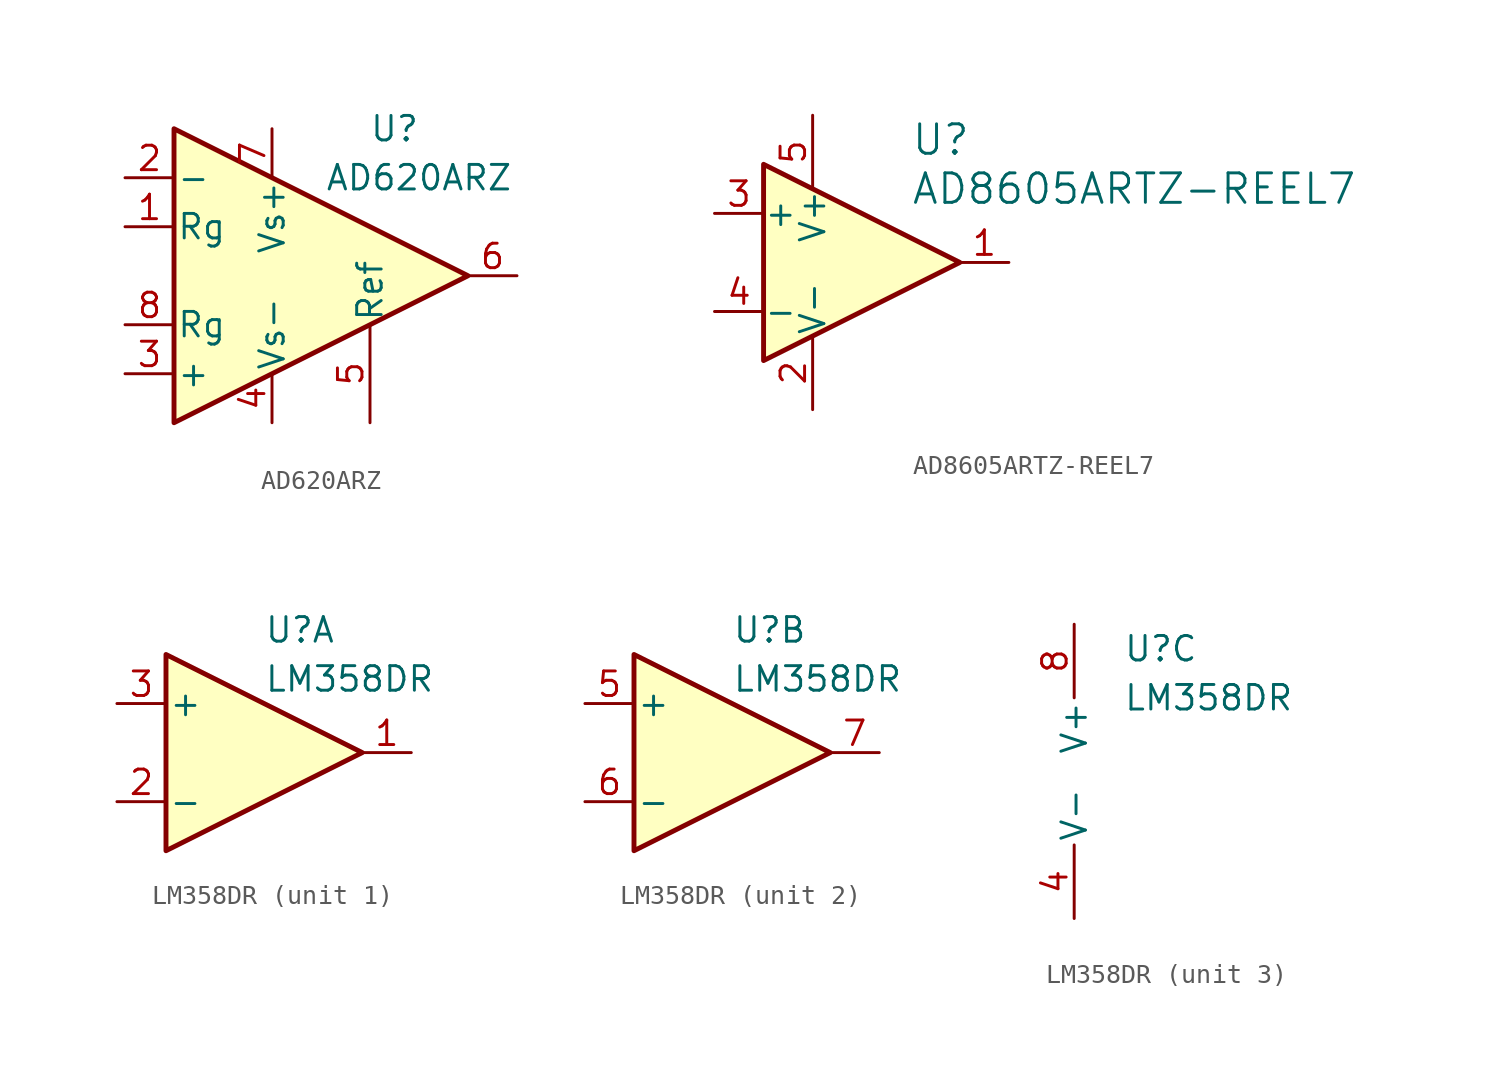
<source format=kicad_sym>
(kicad_symbol_lib
  (version 20220914)
  (generator kicad_symbol_editor)
  (symbol "AD620ARZ"
    (pin_names
      (offset 0.127))
    (property "Reference" "U"
      (at 3.81 7.62 0)
      (effects (font (size 1.27 1.27))))
    (property "Value" "AD620ARZ"
      (at 5.08 5.08 0)
      (effects (font (size 1.27 1.27))))
    (symbol "AD620ARZ_0_1"
      (polyline (pts (xy -7.62 7.62) (xy -7.62 -7.62) (xy 7.62 0) (xy -7.62 7.62)) (stroke (width 0.254) (type default)) (fill (type background))))
    (symbol "AD620ARZ_1_1"
      (pin passive line (at -10.16 2.54 0) (length 2.54) (name "Rg" (effects (font (size 1.27 1.27)))) (number "1" (effects (font (size 1.27 1.27)))))
      (pin input line (at -10.16 5.08 0) (length 2.54) (name "-" (effects (font (size 1.27 1.27)))) (number "2" (effects (font (size 1.27 1.27)))))
      (pin input line (at -10.16 -5.08 0) (length 2.54) (name "+" (effects (font (size 1.27 1.27)))) (number "3" (effects (font (size 1.27 1.27)))))
      (pin power_in line (at -2.54 -7.62 90) (length 2.54) (name "Vs-" (effects (font (size 1.27 1.27)))) (number "4" (effects (font (size 1.27 1.27)))))
      (pin passive line (at 2.54 -7.62 90) (length 5.08) (name "Ref" (effects (font (size 1.27 1.27)))) (number "5" (effects (font (size 1.27 1.27)))))
      (pin output line (at 10.16 0 180) (length 2.54) (name "~" (effects (font (size 1.27 1.27)))) (number "6" (effects (font (size 1.27 1.27)))))
      (pin power_in line (at -2.54 7.62 270) (length 2.54) (name "Vs+" (effects (font (size 1.27 1.27)))) (number "7" (effects (font (size 1.27 1.27)))))
      (pin passive line (at -10.16 -2.54 0) (length 2.54) (name "Rg" (effects (font (size 1.27 1.27)))) (number "8" (effects (font (size 1.27 1.27)))))))
  (symbol "AD8605ARTZ-REEL7"
    (pin_names
      (offset 0.002))
    (property "Reference" "U"
      (at 2.54 6.35 0)
      (do_not_autoplace)
      (effects (font (size 1.524 1.524)) (justify left)))
    (property "Value" "AD8605ARTZ-REEL7"
      (at 2.54 3.81 0)
      (do_not_autoplace)
      (effects (font (size 1.524 1.524)) (justify left)))
    (symbol "AD8605ARTZ-REEL7_0_1"
      (polyline (pts (xy -5.08 5.08) (xy 5.08 0) (xy -5.08 -5.08) (xy -5.08 5.08)) (stroke (width 0.254) (type default)) (fill (type background)))
      (pin power_in line (at -2.54 -7.62 90) (length 3.81) (name "V-" (effects (font (size 1.27 1.27)))) (number "2" (effects (font (size 1.27 1.27)))))
      (pin power_in line (at -2.54 7.62 270) (length 3.81) (name "V+" (effects (font (size 1.27 1.27)))) (number "5" (effects (font (size 1.27 1.27))))))
    (symbol "AD8605ARTZ-REEL7_1_1"
      (pin output line (at 7.62 0 180) (length 2.54) (name "~" (effects (font (size 1.27 1.27)))) (number "1" (effects (font (size 1.27 1.27)))))
      (pin input line (at -7.62 2.54 0) (length 2.54) (name "+" (effects (font (size 1.27 1.27)))) (number "3" (effects (font (size 1.27 1.27)))))
      (pin input line (at -7.62 -2.54 0) (length 2.54) (name "-" (effects (font (size 1.27 1.27)))) (number "4" (effects (font (size 1.27 1.27)))))))
  (symbol "LM358DR"
    (pin_names
      (offset 0.127))
    (property "Reference" "U"
      (at 0 6.35 0)
      (effects (font (size 1.27 1.27)) (justify left)))
    (property "Value" "LM358DR"
      (at 0 3.81 0)
      (effects (font (size 1.27 1.27)) (justify left)))
    (property "ki_locked" ""
      (at 0 0 0)
      (effects (font (size 1.27 1.27))))
    (symbol "LM358DR_1_1"
      (polyline (pts (xy -5.08 5.08) (xy 5.08 0) (xy -5.08 -5.08) (xy -5.08 5.08)) (stroke (width 0.254) (type default)) (fill (type background)))
      (pin output line (at 7.62 0 180) (length 2.54) (name "~" (effects (font (size 1.27 1.27)))) (number "1" (effects (font (size 1.27 1.27)))))
      (pin input line (at -7.62 -2.54 0) (length 2.54) (name "-" (effects (font (size 1.27 1.27)))) (number "2" (effects (font (size 1.27 1.27)))))
      (pin input line (at -7.62 2.54 0) (length 2.54) (name "+" (effects (font (size 1.27 1.27)))) (number "3" (effects (font (size 1.27 1.27))))))
    (symbol "LM358DR_2_1"
      (polyline (pts (xy -5.08 5.08) (xy 5.08 0) (xy -5.08 -5.08) (xy -5.08 5.08)) (stroke (width 0.254) (type default)) (fill (type background)))
      (pin input line (at -7.62 2.54 0) (length 2.54) (name "+" (effects (font (size 1.27 1.27)))) (number "5" (effects (font (size 1.27 1.27)))))
      (pin input line (at -7.62 -2.54 0) (length 2.54) (name "-" (effects (font (size 1.27 1.27)))) (number "6" (effects (font (size 1.27 1.27)))))
      (pin output line (at 7.62 0 180) (length 2.54) (name "~" (effects (font (size 1.27 1.27)))) (number "7" (effects (font (size 1.27 1.27))))))
    (symbol "LM358DR_3_1"
      (pin power_in line (at -2.54 -7.62 90) (length 3.81) (name "V-" (effects (font (size 1.27 1.27)))) (number "4" (effects (font (size 1.27 1.27)))))
      (pin power_in line (at -2.54 7.62 270) (length 3.81) (name "V+" (effects (font (size 1.27 1.27)))) (number "8" (effects (font (size 1.27 1.27))))))))
</source>
